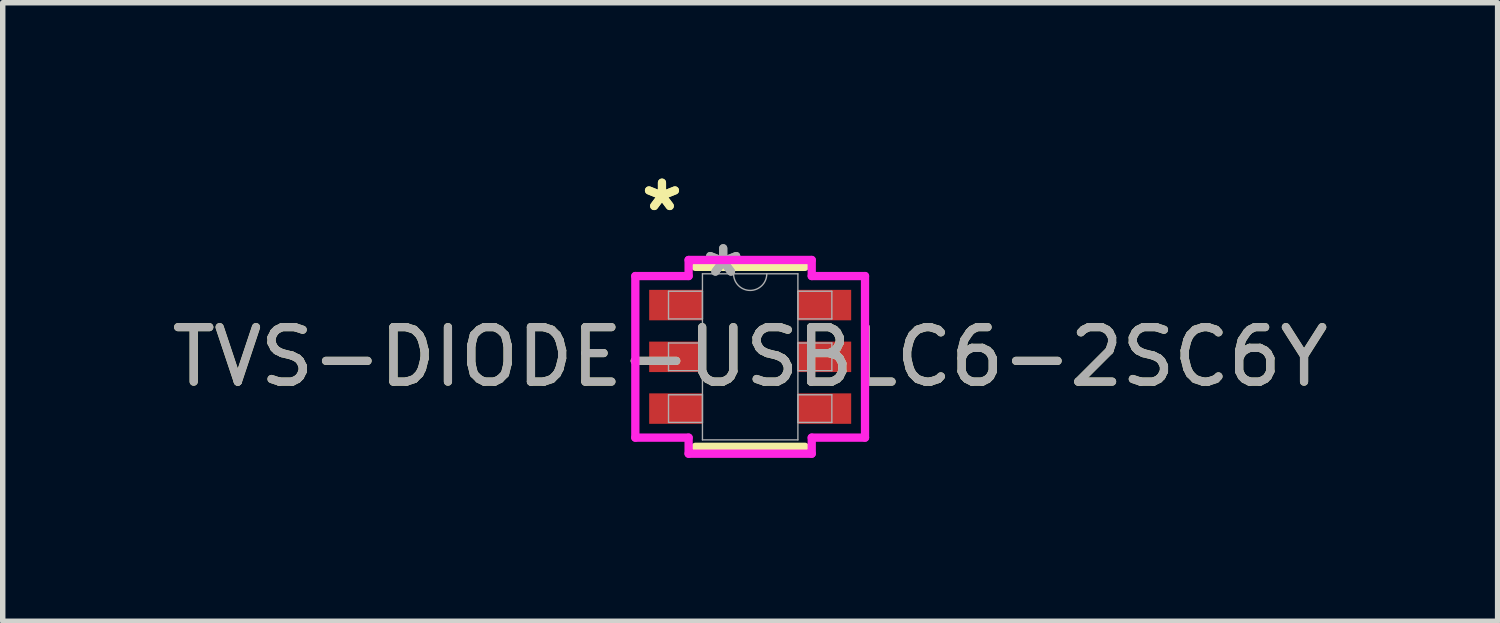
<source format=kicad_pcb>
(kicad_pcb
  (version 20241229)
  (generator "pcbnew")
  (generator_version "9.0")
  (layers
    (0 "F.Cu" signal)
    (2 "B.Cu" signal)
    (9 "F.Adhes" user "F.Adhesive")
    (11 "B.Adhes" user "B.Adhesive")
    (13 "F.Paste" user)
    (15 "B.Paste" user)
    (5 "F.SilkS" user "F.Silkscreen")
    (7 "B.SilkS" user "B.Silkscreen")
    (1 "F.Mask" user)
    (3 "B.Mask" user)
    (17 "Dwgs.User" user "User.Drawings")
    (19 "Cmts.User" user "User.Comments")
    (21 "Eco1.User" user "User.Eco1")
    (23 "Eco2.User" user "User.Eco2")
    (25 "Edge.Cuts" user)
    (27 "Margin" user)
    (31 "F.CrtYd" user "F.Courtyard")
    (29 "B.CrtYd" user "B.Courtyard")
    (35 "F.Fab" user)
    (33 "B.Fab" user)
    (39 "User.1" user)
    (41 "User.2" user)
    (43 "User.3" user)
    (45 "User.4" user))
  (footprint "TVS-DIODE-USBLC6-2SC6Y"
    (layer "F.Cu")
    (at 10.72 3.5)
    (property "Reference" "TVS-DIODE-USBLC6-2SC6Y" (at 0 0 0) (unlocked yes) (layer "F.SilkS") (effects (font (size 1 1) (thickness 0.15))))
    (attr smd)
    (fp_line (start -1.003 1.651) (end 1.003 1.651) (stroke (width 0.152) (type solid)) (layer "F.SilkS"))
    (fp_line (start 1.003 -1.651) (end -1.003 -1.651) (stroke (width 0.152) (type solid)) (layer "F.SilkS"))
    (fp_line (start -2.108 -1.483) (end -1.13 -1.483) (stroke (width 0.152) (type solid)) (layer "F.CrtYd"))
    (fp_line (start -2.108 1.483) (end -2.108 -1.483) (stroke (width 0.152) (type solid)) (layer "F.CrtYd"))
    (fp_line (start -2.108 1.483) (end -1.13 1.483) (stroke (width 0.152) (type solid)) (layer "F.CrtYd"))
    (fp_line (start -1.13 -1.778) (end 1.13 -1.778) (stroke (width 0.152) (type solid)) (layer "F.CrtYd"))
    (fp_line (start -1.13 -1.483) (end -1.13 -1.778) (stroke (width 0.152) (type solid)) (layer "F.CrtYd"))
    (fp_line (start -1.13 1.778) (end -1.13 1.483) (stroke (width 0.152) (type solid)) (layer "F.CrtYd"))
    (fp_line (start 1.13 -1.778) (end 1.13 -1.483) (stroke (width 0.152) (type solid)) (layer "F.CrtYd"))
    (fp_line (start 1.13 1.483) (end 1.13 1.778) (stroke (width 0.152) (type solid)) (layer "F.CrtYd"))
    (fp_line (start 1.13 1.778) (end -1.13 1.778) (stroke (width 0.152) (type solid)) (layer "F.CrtYd"))
    (fp_line (start 2.108 -1.483) (end 1.13 -1.483) (stroke (width 0.152) (type solid)) (layer "F.CrtYd"))
    (fp_line (start 2.108 -1.483) (end 2.108 1.483) (stroke (width 0.152) (type solid)) (layer "F.CrtYd"))
    (fp_line (start 2.108 1.483) (end 1.13 1.483) (stroke (width 0.152) (type solid)) (layer "F.CrtYd"))
    (fp_line (start -1.499 -1.204) (end -1.499 -0.696) (stroke (width 0.025) (type solid)) (layer "F.Fab"))
    (fp_line (start -1.499 -0.696) (end -0.876 -0.696) (stroke (width 0.025) (type solid)) (layer "F.Fab"))
    (fp_line (start -1.499 -0.254) (end -1.499 0.254) (stroke (width 0.025) (type solid)) (layer "F.Fab"))
    (fp_line (start -1.499 0.254) (end -0.876 0.254) (stroke (width 0.025) (type solid)) (layer "F.Fab"))
    (fp_line (start -1.499 0.696) (end -1.499 1.204) (stroke (width 0.025) (type solid)) (layer "F.Fab"))
    (fp_line (start -1.499 1.204) (end -0.876 1.204) (stroke (width 0.025) (type solid)) (layer "F.Fab"))
    (fp_line (start -0.876 -1.524) (end -0.876 1.524) (stroke (width 0.025) (type solid)) (layer "F.Fab"))
    (fp_line (start -0.876 -1.204) (end -1.499 -1.204) (stroke (width 0.025) (type solid)) (layer "F.Fab"))
    (fp_line (start -0.876 -0.696) (end -0.876 -1.204) (stroke (width 0.025) (type solid)) (layer "F.Fab"))
    (fp_line (start -0.876 -0.254) (end -1.499 -0.254) (stroke (width 0.025) (type solid)) (layer "F.Fab"))
    (fp_line (start -0.876 0.254) (end -0.876 -0.254) (stroke (width 0.025) (type solid)) (layer "F.Fab"))
    (fp_line (start -0.876 0.696) (end -1.499 0.696) (stroke (width 0.025) (type solid)) (layer "F.Fab"))
    (fp_line (start -0.876 1.204) (end -0.876 0.696) (stroke (width 0.025) (type solid)) (layer "F.Fab"))
    (fp_line (start -0.876 1.524) (end 0.876 1.524) (stroke (width 0.025) (type solid)) (layer "F.Fab"))
    (fp_line (start 0.876 -1.524) (end -0.876 -1.524) (stroke (width 0.025) (type solid)) (layer "F.Fab"))
    (fp_line (start 0.876 -1.204) (end 0.876 -0.696) (stroke (width 0.025) (type solid)) (layer "F.Fab"))
    (fp_line (start 0.876 -0.696) (end 1.499 -0.696) (stroke (width 0.025) (type solid)) (layer "F.Fab"))
    (fp_line (start 0.876 -0.254) (end 0.876 0.254) (stroke (width 0.025) (type solid)) (layer "F.Fab"))
    (fp_line (start 0.876 0.254) (end 1.499 0.254) (stroke (width 0.025) (type solid)) (layer "F.Fab"))
    (fp_line (start 0.876 0.696) (end 0.876 1.204) (stroke (width 0.025) (type solid)) (layer "F.Fab"))
    (fp_line (start 0.876 1.204) (end 1.499 1.204) (stroke (width 0.025) (type solid)) (layer "F.Fab"))
    (fp_line (start 0.876 1.524) (end 0.876 -1.524) (stroke (width 0.025) (type solid)) (layer "F.Fab"))
    (fp_line (start 1.499 -1.204) (end 0.876 -1.204) (stroke (width 0.025) (type solid)) (layer "F.Fab"))
    (fp_line (start 1.499 -0.696) (end 1.499 -1.204) (stroke (width 0.025) (type solid)) (layer "F.Fab"))
    (fp_line (start 1.499 -0.254) (end 0.876 -0.254) (stroke (width 0.025) (type solid)) (layer "F.Fab"))
    (fp_line (start 1.499 0.254) (end 1.499 -0.254) (stroke (width 0.025) (type solid)) (layer "F.Fab"))
    (fp_line (start 1.499 0.696) (end 0.876 0.696) (stroke (width 0.025) (type solid)) (layer "F.Fab"))
    (fp_line (start 1.499 1.204) (end 1.499 0.696) (stroke (width 0.025) (type solid)) (layer "F.Fab"))
    (fp_arc (start 0.3048 -1.524) (mid 0 -1.2192) (end -0.3048 -1.524) (stroke (width 0.0254) (type solid)) (layer "F.Fab"))
    (fp_text user "*" (at -1.619 -2.652 0) (unlocked yes) (layer "F.SilkS") (effects (font (size 1 1) (thickness 0.15))))
    (fp_text user "*" (at -1.619 -2.652 0) (layer "F.SilkS") (effects (font (size 1 1) (thickness 0.15))))
    (fp_text user "*" (at -0.495 -1.448 0) (unlocked yes) (layer "F.Fab") (effects (font (size 1 1) (thickness 0.15))))
    (fp_text user "*" (at -0.495 -1.448 0) (layer "F.Fab") (effects (font (size 1 1) (thickness 0.15))))
    (fp_text user "${REFERENCE}" (at 0 0 0) (unlocked yes) (layer "F.Fab") (effects (font (size 1 1) (thickness 0.15))))
    (pad "1" smd rect (at -1.365 -0.95) (size 0.978 0.559) (layers "F.Cu" "F.Mask" "F.Paste"))
    (pad "2" smd rect (at -1.365 0) (size 0.978 0.559) (layers "F.Cu" "F.Mask" "F.Paste"))
    (pad "3" smd rect (at -1.365 0.95) (size 0.978 0.559) (layers "F.Cu" "F.Mask" "F.Paste"))
    (pad "4" smd rect (at 1.365 0.95) (size 0.978 0.559) (layers "F.Cu" "F.Mask" "F.Paste"))
    (pad "5" smd rect (at 1.365 0) (size 0.978 0.559) (layers "F.Cu" "F.Mask" "F.Paste"))
    (pad "6" smd rect (at 1.365 -0.95) (size 0.978 0.559) (layers "F.Cu" "F.Mask" "F.Paste")))
  (gr_rect
    (start -3 -3)
    (end 24.44 8.354)
    (stroke (width 0.1) (type default))
    (fill no)
    (layer "Edge.Cuts")))
</source>
